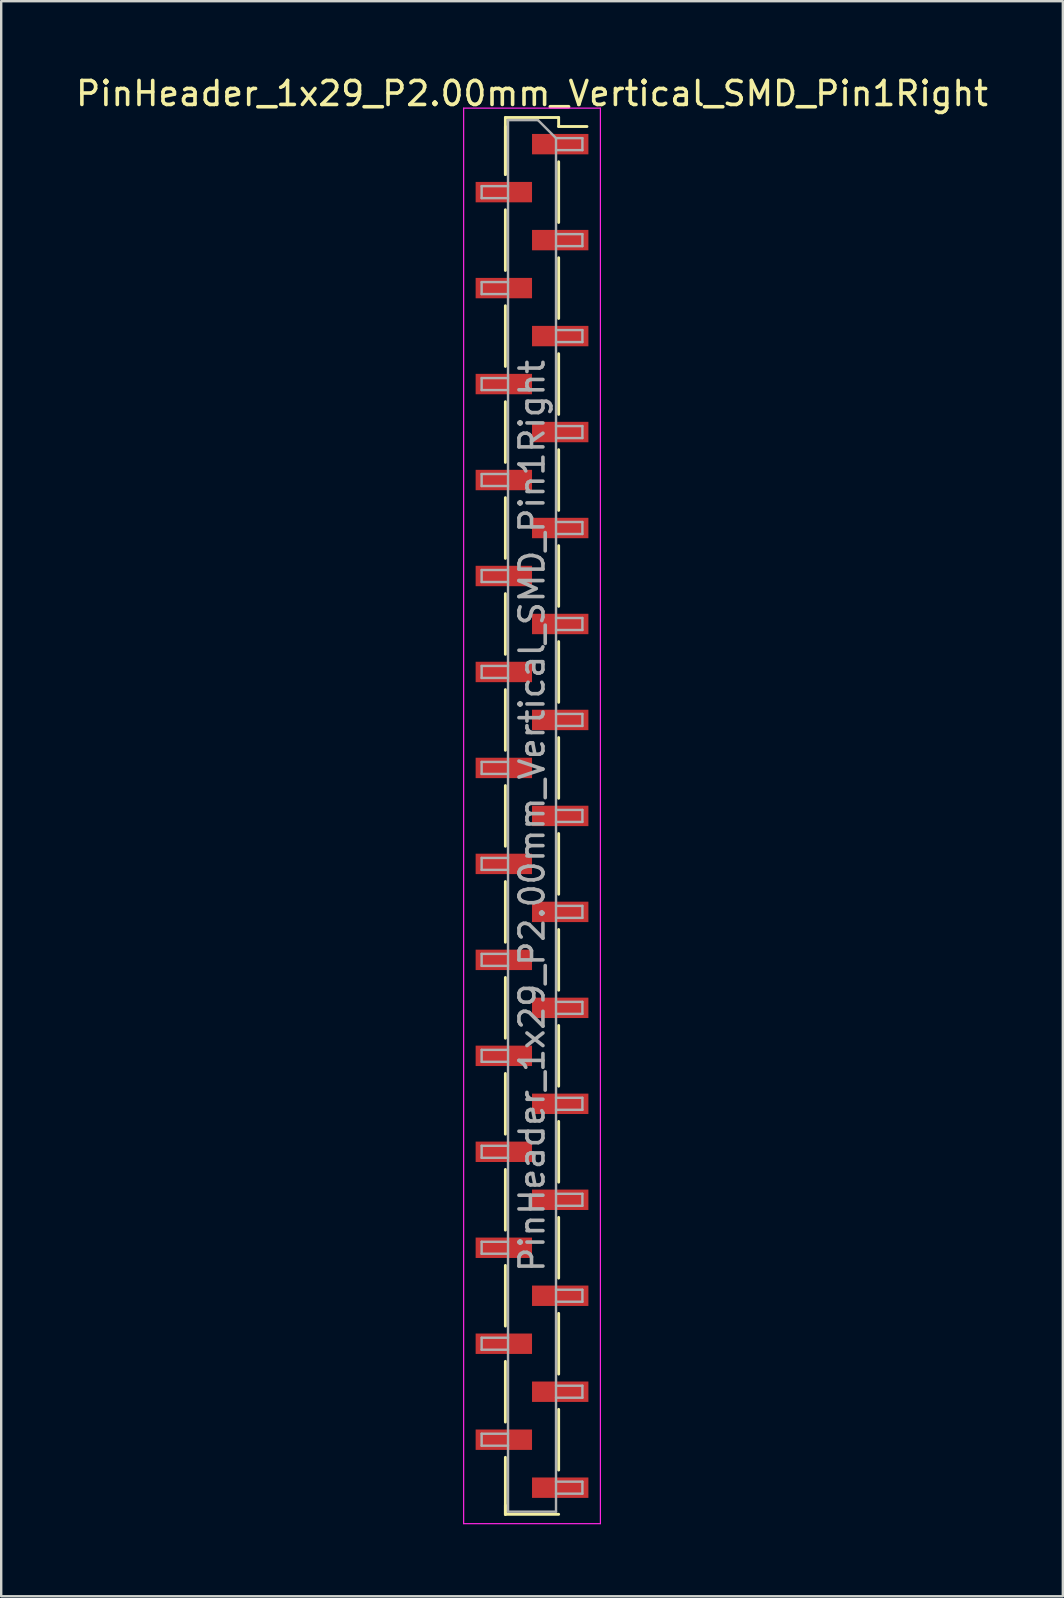
<source format=kicad_pcb>
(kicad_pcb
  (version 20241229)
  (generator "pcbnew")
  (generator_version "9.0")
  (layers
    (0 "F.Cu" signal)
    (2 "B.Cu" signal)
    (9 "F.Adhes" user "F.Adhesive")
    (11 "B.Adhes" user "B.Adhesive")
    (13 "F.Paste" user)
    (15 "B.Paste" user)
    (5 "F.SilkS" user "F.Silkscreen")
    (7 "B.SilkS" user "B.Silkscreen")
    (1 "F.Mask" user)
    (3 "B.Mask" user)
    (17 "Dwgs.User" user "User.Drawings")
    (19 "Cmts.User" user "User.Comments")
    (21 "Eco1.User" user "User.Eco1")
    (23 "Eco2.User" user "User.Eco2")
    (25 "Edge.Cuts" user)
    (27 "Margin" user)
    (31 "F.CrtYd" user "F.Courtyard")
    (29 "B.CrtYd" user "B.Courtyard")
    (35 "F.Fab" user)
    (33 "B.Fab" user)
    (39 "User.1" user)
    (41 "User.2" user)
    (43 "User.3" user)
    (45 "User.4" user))
  (footprint "PinHeader_1x29_P2.00mm_Vertical_SMD_Pin1Right"
    (layer "F.Cu")
    (at 19.125 30.958)
    (property "Reference" "PinHeader_1x29_P2.00mm_Vertical_SMD_Pin1Right" (at 0 -30.11 0) (layer "F.SilkS") (effects (font (size 1 1) (thickness 0.15))))
    (attr smd)
    (fp_line (start -1.11 -29.11) (end -1.11 -26.735) (stroke (width 0.12) (type solid)) (layer "F.SilkS"))
    (fp_line (start -1.11 -29.11) (end 1.11 -29.11) (stroke (width 0.12) (type solid)) (layer "F.SilkS"))
    (fp_line (start -1.11 -28.735) (end -1.11 -26.735) (stroke (width 0.12) (type solid)) (layer "F.SilkS"))
    (fp_line (start -1.11 -25.265) (end -1.11 -22.735) (stroke (width 0.12) (type solid)) (layer "F.SilkS"))
    (fp_line (start -1.11 -21.265) (end -1.11 -18.735) (stroke (width 0.12) (type solid)) (layer "F.SilkS"))
    (fp_line (start -1.11 -17.265) (end -1.11 -14.735) (stroke (width 0.12) (type solid)) (layer "F.SilkS"))
    (fp_line (start -1.11 -13.265) (end -1.11 -10.735) (stroke (width 0.12) (type solid)) (layer "F.SilkS"))
    (fp_line (start -1.11 -9.265) (end -1.11 -6.735) (stroke (width 0.12) (type solid)) (layer "F.SilkS"))
    (fp_line (start -1.11 -5.265) (end -1.11 -2.735) (stroke (width 0.12) (type solid)) (layer "F.SilkS"))
    (fp_line (start -1.11 -1.265) (end -1.11 1.265) (stroke (width 0.12) (type solid)) (layer "F.SilkS"))
    (fp_line (start -1.11 2.735) (end -1.11 5.265) (stroke (width 0.12) (type solid)) (layer "F.SilkS"))
    (fp_line (start -1.11 6.735) (end -1.11 9.265) (stroke (width 0.12) (type solid)) (layer "F.SilkS"))
    (fp_line (start -1.11 10.735) (end -1.11 13.265) (stroke (width 0.12) (type solid)) (layer "F.SilkS"))
    (fp_line (start -1.11 14.735) (end -1.11 17.265) (stroke (width 0.12) (type solid)) (layer "F.SilkS"))
    (fp_line (start -1.11 18.735) (end -1.11 21.265) (stroke (width 0.12) (type solid)) (layer "F.SilkS"))
    (fp_line (start -1.11 22.735) (end -1.11 25.265) (stroke (width 0.12) (type solid)) (layer "F.SilkS"))
    (fp_line (start -1.11 26.735) (end -1.11 29.11) (stroke (width 0.12) (type solid)) (layer "F.SilkS"))
    (fp_line (start -1.11 28.735) (end -1.11 29.11) (stroke (width 0.12) (type solid)) (layer "F.SilkS"))
    (fp_line (start -1.11 29.11) (end 1.11 29.11) (stroke (width 0.12) (type solid)) (layer "F.SilkS"))
    (fp_line (start 1.11 -29.11) (end 1.11 -28.735) (stroke (width 0.12) (type solid)) (layer "F.SilkS"))
    (fp_line (start 1.11 -28.735) (end 2.29 -28.735) (stroke (width 0.12) (type solid)) (layer "F.SilkS"))
    (fp_line (start 1.11 -27.265) (end 1.11 -24.735) (stroke (width 0.12) (type solid)) (layer "F.SilkS"))
    (fp_line (start 1.11 -23.265) (end 1.11 -20.735) (stroke (width 0.12) (type solid)) (layer "F.SilkS"))
    (fp_line (start 1.11 -19.265) (end 1.11 -16.735) (stroke (width 0.12) (type solid)) (layer "F.SilkS"))
    (fp_line (start 1.11 -15.265) (end 1.11 -12.735) (stroke (width 0.12) (type solid)) (layer "F.SilkS"))
    (fp_line (start 1.11 -11.265) (end 1.11 -8.735) (stroke (width 0.12) (type solid)) (layer "F.SilkS"))
    (fp_line (start 1.11 -7.265) (end 1.11 -4.735) (stroke (width 0.12) (type solid)) (layer "F.SilkS"))
    (fp_line (start 1.11 -3.265) (end 1.11 -0.735) (stroke (width 0.12) (type solid)) (layer "F.SilkS"))
    (fp_line (start 1.11 0.735) (end 1.11 3.265) (stroke (width 0.12) (type solid)) (layer "F.SilkS"))
    (fp_line (start 1.11 4.735) (end 1.11 7.265) (stroke (width 0.12) (type solid)) (layer "F.SilkS"))
    (fp_line (start 1.11 8.735) (end 1.11 11.265) (stroke (width 0.12) (type solid)) (layer "F.SilkS"))
    (fp_line (start 1.11 12.735) (end 1.11 15.265) (stroke (width 0.12) (type solid)) (layer "F.SilkS"))
    (fp_line (start 1.11 16.735) (end 1.11 19.265) (stroke (width 0.12) (type solid)) (layer "F.SilkS"))
    (fp_line (start 1.11 20.735) (end 1.11 23.265) (stroke (width 0.12) (type solid)) (layer "F.SilkS"))
    (fp_line (start 1.11 24.735) (end 1.11 27.265) (stroke (width 0.12) (type solid)) (layer "F.SilkS"))
    (fp_line (start -2.85 -29.5) (end -2.85 29.5) (stroke (width 0.05) (type solid)) (layer "F.CrtYd"))
    (fp_line (start -2.85 29.5) (end 2.85 29.5) (stroke (width 0.05) (type solid)) (layer "F.CrtYd"))
    (fp_line (start 2.85 -29.5) (end -2.85 -29.5) (stroke (width 0.05) (type solid)) (layer "F.CrtYd"))
    (fp_line (start 2.85 29.5) (end 2.85 -29.5) (stroke (width 0.05) (type solid)) (layer "F.CrtYd"))
    (fp_line (start -2.1 -26.25) (end -2.1 -25.75) (stroke (width 0.1) (type solid)) (layer "F.Fab"))
    (fp_line (start -2.1 -25.75) (end -1 -25.75) (stroke (width 0.1) (type solid)) (layer "F.Fab"))
    (fp_line (start -2.1 -22.25) (end -2.1 -21.75) (stroke (width 0.1) (type solid)) (layer "F.Fab"))
    (fp_line (start -2.1 -21.75) (end -1 -21.75) (stroke (width 0.1) (type solid)) (layer "F.Fab"))
    (fp_line (start -2.1 -18.25) (end -2.1 -17.75) (stroke (width 0.1) (type solid)) (layer "F.Fab"))
    (fp_line (start -2.1 -17.75) (end -1 -17.75) (stroke (width 0.1) (type solid)) (layer "F.Fab"))
    (fp_line (start -2.1 -14.25) (end -2.1 -13.75) (stroke (width 0.1) (type solid)) (layer "F.Fab"))
    (fp_line (start -2.1 -13.75) (end -1 -13.75) (stroke (width 0.1) (type solid)) (layer "F.Fab"))
    (fp_line (start -2.1 -10.25) (end -2.1 -9.75) (stroke (width 0.1) (type solid)) (layer "F.Fab"))
    (fp_line (start -2.1 -9.75) (end -1 -9.75) (stroke (width 0.1) (type solid)) (layer "F.Fab"))
    (fp_line (start -2.1 -6.25) (end -2.1 -5.75) (stroke (width 0.1) (type solid)) (layer "F.Fab"))
    (fp_line (start -2.1 -5.75) (end -1 -5.75) (stroke (width 0.1) (type solid)) (layer "F.Fab"))
    (fp_line (start -2.1 -2.25) (end -2.1 -1.75) (stroke (width 0.1) (type solid)) (layer "F.Fab"))
    (fp_line (start -2.1 -1.75) (end -1 -1.75) (stroke (width 0.1) (type solid)) (layer "F.Fab"))
    (fp_line (start -2.1 1.75) (end -2.1 2.25) (stroke (width 0.1) (type solid)) (layer "F.Fab"))
    (fp_line (start -2.1 2.25) (end -1 2.25) (stroke (width 0.1) (type solid)) (layer "F.Fab"))
    (fp_line (start -2.1 5.75) (end -2.1 6.25) (stroke (width 0.1) (type solid)) (layer "F.Fab"))
    (fp_line (start -2.1 6.25) (end -1 6.25) (stroke (width 0.1) (type solid)) (layer "F.Fab"))
    (fp_line (start -2.1 9.75) (end -2.1 10.25) (stroke (width 0.1) (type solid)) (layer "F.Fab"))
    (fp_line (start -2.1 10.25) (end -1 10.25) (stroke (width 0.1) (type solid)) (layer "F.Fab"))
    (fp_line (start -2.1 13.75) (end -2.1 14.25) (stroke (width 0.1) (type solid)) (layer "F.Fab"))
    (fp_line (start -2.1 14.25) (end -1 14.25) (stroke (width 0.1) (type solid)) (layer "F.Fab"))
    (fp_line (start -2.1 17.75) (end -2.1 18.25) (stroke (width 0.1) (type solid)) (layer "F.Fab"))
    (fp_line (start -2.1 18.25) (end -1 18.25) (stroke (width 0.1) (type solid)) (layer "F.Fab"))
    (fp_line (start -2.1 21.75) (end -2.1 22.25) (stroke (width 0.1) (type solid)) (layer "F.Fab"))
    (fp_line (start -2.1 22.25) (end -1 22.25) (stroke (width 0.1) (type solid)) (layer "F.Fab"))
    (fp_line (start -2.1 25.75) (end -2.1 26.25) (stroke (width 0.1) (type solid)) (layer "F.Fab"))
    (fp_line (start -2.1 26.25) (end -1 26.25) (stroke (width 0.1) (type solid)) (layer "F.Fab"))
    (fp_line (start -1 -29) (end -1 29) (stroke (width 0.1) (type solid)) (layer "F.Fab"))
    (fp_line (start -1 -29) (end 0.25 -29) (stroke (width 0.1) (type solid)) (layer "F.Fab"))
    (fp_line (start -1 -26.25) (end -2.1 -26.25) (stroke (width 0.1) (type solid)) (layer "F.Fab"))
    (fp_line (start -1 -22.25) (end -2.1 -22.25) (stroke (width 0.1) (type solid)) (layer "F.Fab"))
    (fp_line (start -1 -18.25) (end -2.1 -18.25) (stroke (width 0.1) (type solid)) (layer "F.Fab"))
    (fp_line (start -1 -14.25) (end -2.1 -14.25) (stroke (width 0.1) (type solid)) (layer "F.Fab"))
    (fp_line (start -1 -10.25) (end -2.1 -10.25) (stroke (width 0.1) (type solid)) (layer "F.Fab"))
    (fp_line (start -1 -6.25) (end -2.1 -6.25) (stroke (width 0.1) (type solid)) (layer "F.Fab"))
    (fp_line (start -1 -2.25) (end -2.1 -2.25) (stroke (width 0.1) (type solid)) (layer "F.Fab"))
    (fp_line (start -1 1.75) (end -2.1 1.75) (stroke (width 0.1) (type solid)) (layer "F.Fab"))
    (fp_line (start -1 5.75) (end -2.1 5.75) (stroke (width 0.1) (type solid)) (layer "F.Fab"))
    (fp_line (start -1 9.75) (end -2.1 9.75) (stroke (width 0.1) (type solid)) (layer "F.Fab"))
    (fp_line (start -1 13.75) (end -2.1 13.75) (stroke (width 0.1) (type solid)) (layer "F.Fab"))
    (fp_line (start -1 17.75) (end -2.1 17.75) (stroke (width 0.1) (type solid)) (layer "F.Fab"))
    (fp_line (start -1 21.75) (end -2.1 21.75) (stroke (width 0.1) (type solid)) (layer "F.Fab"))
    (fp_line (start -1 25.75) (end -2.1 25.75) (stroke (width 0.1) (type solid)) (layer "F.Fab"))
    (fp_line (start 1 -28.25) (end 0.25 -29) (stroke (width 0.1) (type solid)) (layer "F.Fab"))
    (fp_line (start 1 -28.25) (end 2.1 -28.25) (stroke (width 0.1) (type solid)) (layer "F.Fab"))
    (fp_line (start 1 -24.25) (end 2.1 -24.25) (stroke (width 0.1) (type solid)) (layer "F.Fab"))
    (fp_line (start 1 -20.25) (end 2.1 -20.25) (stroke (width 0.1) (type solid)) (layer "F.Fab"))
    (fp_line (start 1 -16.25) (end 2.1 -16.25) (stroke (width 0.1) (type solid)) (layer "F.Fab"))
    (fp_line (start 1 -12.25) (end 2.1 -12.25) (stroke (width 0.1) (type solid)) (layer "F.Fab"))
    (fp_line (start 1 -8.25) (end 2.1 -8.25) (stroke (width 0.1) (type solid)) (layer "F.Fab"))
    (fp_line (start 1 -4.25) (end 2.1 -4.25) (stroke (width 0.1) (type solid)) (layer "F.Fab"))
    (fp_line (start 1 -0.25) (end 2.1 -0.25) (stroke (width 0.1) (type solid)) (layer "F.Fab"))
    (fp_line (start 1 3.75) (end 2.1 3.75) (stroke (width 0.1) (type solid)) (layer "F.Fab"))
    (fp_line (start 1 7.75) (end 2.1 7.75) (stroke (width 0.1) (type solid)) (layer "F.Fab"))
    (fp_line (start 1 11.75) (end 2.1 11.75) (stroke (width 0.1) (type solid)) (layer "F.Fab"))
    (fp_line (start 1 15.75) (end 2.1 15.75) (stroke (width 0.1) (type solid)) (layer "F.Fab"))
    (fp_line (start 1 19.75) (end 2.1 19.75) (stroke (width 0.1) (type solid)) (layer "F.Fab"))
    (fp_line (start 1 23.75) (end 2.1 23.75) (stroke (width 0.1) (type solid)) (layer "F.Fab"))
    (fp_line (start 1 27.75) (end 2.1 27.75) (stroke (width 0.1) (type solid)) (layer "F.Fab"))
    (fp_line (start 1 29) (end -1 29) (stroke (width 0.1) (type solid)) (layer "F.Fab"))
    (fp_line (start 1 29) (end 1 -28.25) (stroke (width 0.1) (type solid)) (layer "F.Fab"))
    (fp_line (start 2.1 -28.25) (end 2.1 -27.75) (stroke (width 0.1) (type solid)) (layer "F.Fab"))
    (fp_line (start 2.1 -27.75) (end 1 -27.75) (stroke (width 0.1) (type solid)) (layer "F.Fab"))
    (fp_line (start 2.1 -24.25) (end 2.1 -23.75) (stroke (width 0.1) (type solid)) (layer "F.Fab"))
    (fp_line (start 2.1 -23.75) (end 1 -23.75) (stroke (width 0.1) (type solid)) (layer "F.Fab"))
    (fp_line (start 2.1 -20.25) (end 2.1 -19.75) (stroke (width 0.1) (type solid)) (layer "F.Fab"))
    (fp_line (start 2.1 -19.75) (end 1 -19.75) (stroke (width 0.1) (type solid)) (layer "F.Fab"))
    (fp_line (start 2.1 -16.25) (end 2.1 -15.75) (stroke (width 0.1) (type solid)) (layer "F.Fab"))
    (fp_line (start 2.1 -15.75) (end 1 -15.75) (stroke (width 0.1) (type solid)) (layer "F.Fab"))
    (fp_line (start 2.1 -12.25) (end 2.1 -11.75) (stroke (width 0.1) (type solid)) (layer "F.Fab"))
    (fp_line (start 2.1 -11.75) (end 1 -11.75) (stroke (width 0.1) (type solid)) (layer "F.Fab"))
    (fp_line (start 2.1 -8.25) (end 2.1 -7.75) (stroke (width 0.1) (type solid)) (layer "F.Fab"))
    (fp_line (start 2.1 -7.75) (end 1 -7.75) (stroke (width 0.1) (type solid)) (layer "F.Fab"))
    (fp_line (start 2.1 -4.25) (end 2.1 -3.75) (stroke (width 0.1) (type solid)) (layer "F.Fab"))
    (fp_line (start 2.1 -3.75) (end 1 -3.75) (stroke (width 0.1) (type solid)) (layer "F.Fab"))
    (fp_line (start 2.1 -0.25) (end 2.1 0.25) (stroke (width 0.1) (type solid)) (layer "F.Fab"))
    (fp_line (start 2.1 0.25) (end 1 0.25) (stroke (width 0.1) (type solid)) (layer "F.Fab"))
    (fp_line (start 2.1 3.75) (end 2.1 4.25) (stroke (width 0.1) (type solid)) (layer "F.Fab"))
    (fp_line (start 2.1 4.25) (end 1 4.25) (stroke (width 0.1) (type solid)) (layer "F.Fab"))
    (fp_line (start 2.1 7.75) (end 2.1 8.25) (stroke (width 0.1) (type solid)) (layer "F.Fab"))
    (fp_line (start 2.1 8.25) (end 1 8.25) (stroke (width 0.1) (type solid)) (layer "F.Fab"))
    (fp_line (start 2.1 11.75) (end 2.1 12.25) (stroke (width 0.1) (type solid)) (layer "F.Fab"))
    (fp_line (start 2.1 12.25) (end 1 12.25) (stroke (width 0.1) (type solid)) (layer "F.Fab"))
    (fp_line (start 2.1 15.75) (end 2.1 16.25) (stroke (width 0.1) (type solid)) (layer "F.Fab"))
    (fp_line (start 2.1 16.25) (end 1 16.25) (stroke (width 0.1) (type solid)) (layer "F.Fab"))
    (fp_line (start 2.1 19.75) (end 2.1 20.25) (stroke (width 0.1) (type solid)) (layer "F.Fab"))
    (fp_line (start 2.1 20.25) (end 1 20.25) (stroke (width 0.1) (type solid)) (layer "F.Fab"))
    (fp_line (start 2.1 23.75) (end 2.1 24.25) (stroke (width 0.1) (type solid)) (layer "F.Fab"))
    (fp_line (start 2.1 24.25) (end 1 24.25) (stroke (width 0.1) (type solid)) (layer "F.Fab"))
    (fp_line (start 2.1 27.75) (end 2.1 28.25) (stroke (width 0.1) (type solid)) (layer "F.Fab"))
    (fp_line (start 2.1 28.25) (end 1 28.25) (stroke (width 0.1) (type solid)) (layer "F.Fab"))
    (fp_text user "${REFERENCE}" (at 0 0 90) (layer "F.Fab") (effects (font (size 1 1) (thickness 0.15))))
    (pad "1" smd rect (at 1.175 -28) (size 2.35 0.85) (layers "F.Cu" "F.Mask" "F.Paste"))
    (pad "2" smd rect (at -1.175 -26) (size 2.35 0.85) (layers "F.Cu" "F.Mask" "F.Paste"))
    (pad "3" smd rect (at 1.175 -24) (size 2.35 0.85) (layers "F.Cu" "F.Mask" "F.Paste"))
    (pad "4" smd rect (at -1.175 -22) (size 2.35 0.85) (layers "F.Cu" "F.Mask" "F.Paste"))
    (pad "5" smd rect (at 1.175 -20) (size 2.35 0.85) (layers "F.Cu" "F.Mask" "F.Paste"))
    (pad "6" smd rect (at -1.175 -18) (size 2.35 0.85) (layers "F.Cu" "F.Mask" "F.Paste"))
    (pad "7" smd rect (at 1.175 -16) (size 2.35 0.85) (layers "F.Cu" "F.Mask" "F.Paste"))
    (pad "8" smd rect (at -1.175 -14) (size 2.35 0.85) (layers "F.Cu" "F.Mask" "F.Paste"))
    (pad "9" smd rect (at 1.175 -12) (size 2.35 0.85) (layers "F.Cu" "F.Mask" "F.Paste"))
    (pad "10" smd rect (at -1.175 -10) (size 2.35 0.85) (layers "F.Cu" "F.Mask" "F.Paste"))
    (pad "11" smd rect (at 1.175 -8) (size 2.35 0.85) (layers "F.Cu" "F.Mask" "F.Paste"))
    (pad "12" smd rect (at -1.175 -6) (size 2.35 0.85) (layers "F.Cu" "F.Mask" "F.Paste"))
    (pad "13" smd rect (at 1.175 -4) (size 2.35 0.85) (layers "F.Cu" "F.Mask" "F.Paste"))
    (pad "14" smd rect (at -1.175 -2) (size 2.35 0.85) (layers "F.Cu" "F.Mask" "F.Paste"))
    (pad "15" smd rect (at 1.175 0) (size 2.35 0.85) (layers "F.Cu" "F.Mask" "F.Paste"))
    (pad "16" smd rect (at -1.175 2) (size 2.35 0.85) (layers "F.Cu" "F.Mask" "F.Paste"))
    (pad "17" smd rect (at 1.175 4) (size 2.35 0.85) (layers "F.Cu" "F.Mask" "F.Paste"))
    (pad "18" smd rect (at -1.175 6) (size 2.35 0.85) (layers "F.Cu" "F.Mask" "F.Paste"))
    (pad "19" smd rect (at 1.175 8) (size 2.35 0.85) (layers "F.Cu" "F.Mask" "F.Paste"))
    (pad "20" smd rect (at -1.175 10) (size 2.35 0.85) (layers "F.Cu" "F.Mask" "F.Paste"))
    (pad "21" smd rect (at 1.175 12) (size 2.35 0.85) (layers "F.Cu" "F.Mask" "F.Paste"))
    (pad "22" smd rect (at -1.175 14) (size 2.35 0.85) (layers "F.Cu" "F.Mask" "F.Paste"))
    (pad "23" smd rect (at 1.175 16) (size 2.35 0.85) (layers "F.Cu" "F.Mask" "F.Paste"))
    (pad "24" smd rect (at -1.175 18) (size 2.35 0.85) (layers "F.Cu" "F.Mask" "F.Paste"))
    (pad "25" smd rect (at 1.175 20) (size 2.35 0.85) (layers "F.Cu" "F.Mask" "F.Paste"))
    (pad "26" smd rect (at -1.175 22) (size 2.35 0.85) (layers "F.Cu" "F.Mask" "F.Paste"))
    (pad "27" smd rect (at 1.175 24) (size 2.35 0.85) (layers "F.Cu" "F.Mask" "F.Paste"))
    (pad "28" smd rect (at -1.175 26) (size 2.35 0.85) (layers "F.Cu" "F.Mask" "F.Paste"))
    (pad "29" smd rect (at 1.175 28) (size 2.35 0.85) (layers "F.Cu" "F.Mask" "F.Paste")))
  (gr_rect
    (start -3 -3)
    (end 41.25 63.483)
    (stroke (width 0.1) (type default))
    (fill no)
    (layer "Edge.Cuts")))
</source>
